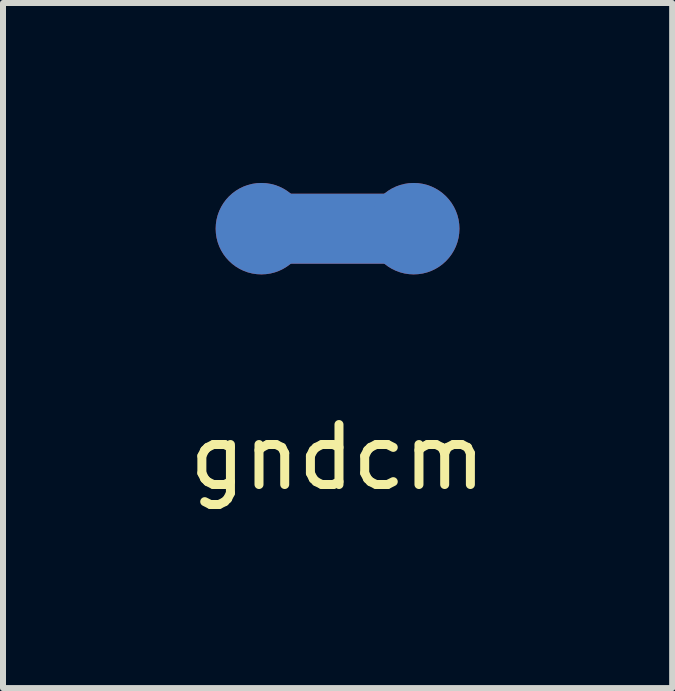
<source format=kicad_pcb>
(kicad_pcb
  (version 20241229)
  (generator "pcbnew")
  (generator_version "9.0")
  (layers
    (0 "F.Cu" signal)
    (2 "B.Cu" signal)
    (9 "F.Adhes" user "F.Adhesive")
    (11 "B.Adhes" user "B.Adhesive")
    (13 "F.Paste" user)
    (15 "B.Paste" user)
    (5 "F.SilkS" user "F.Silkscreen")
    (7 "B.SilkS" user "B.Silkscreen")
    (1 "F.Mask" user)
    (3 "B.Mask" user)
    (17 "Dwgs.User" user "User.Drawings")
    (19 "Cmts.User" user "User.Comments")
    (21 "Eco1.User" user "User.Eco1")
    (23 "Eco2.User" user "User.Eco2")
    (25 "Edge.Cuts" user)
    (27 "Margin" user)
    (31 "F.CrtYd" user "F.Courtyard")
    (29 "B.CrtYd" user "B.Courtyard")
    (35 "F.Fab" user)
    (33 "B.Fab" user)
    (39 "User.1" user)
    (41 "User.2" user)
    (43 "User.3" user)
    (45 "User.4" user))
  (footprint "gndcm"
    (layer "F.Cu")
    (at 2.577 0.762)
    (property "Reference" "gndcm" (at 0 3.81 0) (layer "F.SilkS") (effects (font (size 1 1) (thickness 0.15))))
    (attr smd)
    (fp_poly (pts (xy -1.016 -0.508) (xy -1.016 0.508) (xy 1.016 0.508) (xy 1.016 -0.508)) (stroke (width 0.15) (type solid)) (fill yes) (layer "F.Cu"))
    (fp_poly (pts (xy -1.016 0.508) (xy -1.016 -0.508) (xy 1.016 -0.508) (xy 1.016 0.508)) (stroke (width 0.15) (type solid)) (fill yes) (layer "B.Cu"))
    (pad "1" smd circle (at -1.27 0) (size 1.524 1.524) (layers "F.Cu" "F.Mask" "F.Paste"))
    (pad "1" smd circle (at -1.27 0) (size 1.524 1.524) (layers "B.Cu" "B.Mask" "B.Paste"))
    (pad "2" smd circle (at 1.27 0) (size 1.524 1.524) (layers "F.Cu" "F.Mask" "F.Paste"))
    (pad "2" smd circle (at 1.27 0) (size 1.524 1.524) (layers "B.Cu" "B.Mask" "B.Paste")))
  (gr_rect
    (start -3 -3)
    (end 8.155 8.42)
    (stroke (width 0.1) (type default))
    (fill no)
    (layer "Edge.Cuts")))
</source>
